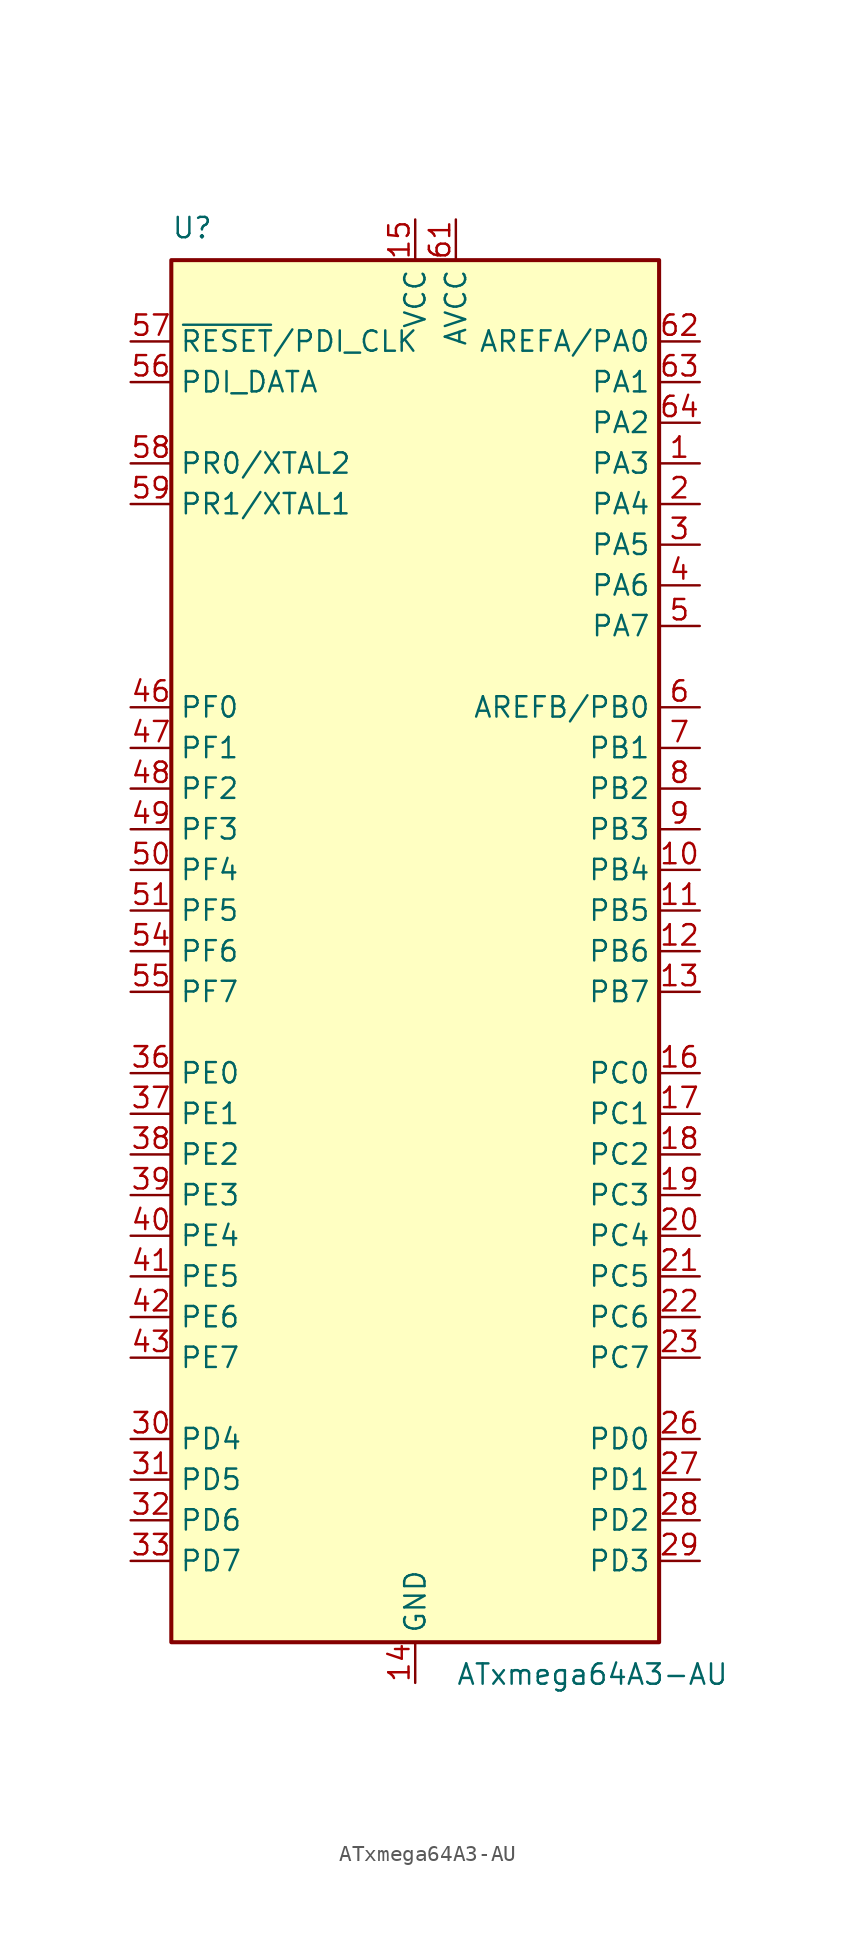
<source format=kicad_sym>
(kicad_symbol_lib
  (version 20211014)
  (generator kicad_symbol_editor)
  (symbol "ATxmega64A3-AU"
    (property "Reference" "U"
      (at -15.24 44.45 0)
      (effects (font (size 1.27 1.27)) (justify left bottom)))
    (property "Value" "ATxmega64A3-AU"
      (at 2.54 -44.45 0)
      (effects (font (size 1.27 1.27)) (justify left top)))
    (symbol "ATxmega64A3-AU_0_1"
      (rectangle (start -15.24 -43.18) (end 15.24 43.18) (stroke (width 0.254) (type default) (color 0 0 0 0)) (fill (type background))))
    (symbol "ATxmega64A3-AU_1_1"
      (pin bidirectional line (at 17.78 30.48 180) (length 2.54) (name "PA3" (effects (font (size 1.27 1.27)))) (number "1" (effects (font (size 1.27 1.27)))))
      (pin bidirectional line (at 17.78 5.08 180) (length 2.54) (name "PB4" (effects (font (size 1.27 1.27)))) (number "10" (effects (font (size 1.27 1.27)))))
      (pin bidirectional line (at 17.78 2.54 180) (length 2.54) (name "PB5" (effects (font (size 1.27 1.27)))) (number "11" (effects (font (size 1.27 1.27)))))
      (pin bidirectional line (at 17.78 0 180) (length 2.54) (name "PB6" (effects (font (size 1.27 1.27)))) (number "12" (effects (font (size 1.27 1.27)))))
      (pin bidirectional line (at 17.78 -2.54 180) (length 2.54) (name "PB7" (effects (font (size 1.27 1.27)))) (number "13" (effects (font (size 1.27 1.27)))))
      (pin power_in line (at 0 -45.72 90) (length 2.54) (name "GND" (effects (font (size 1.27 1.27)))) (number "14" (effects (font (size 1.27 1.27)))))
      (pin power_in line (at 0 45.72 270) (length 2.54) (name "VCC" (effects (font (size 1.27 1.27)))) (number "15" (effects (font (size 1.27 1.27)))))
      (pin bidirectional line (at 17.78 -7.62 180) (length 2.54) (name "PC0" (effects (font (size 1.27 1.27)))) (number "16" (effects (font (size 1.27 1.27)))))
      (pin bidirectional line (at 17.78 -10.16 180) (length 2.54) (name "PC1" (effects (font (size 1.27 1.27)))) (number "17" (effects (font (size 1.27 1.27)))))
      (pin bidirectional line (at 17.78 -12.7 180) (length 2.54) (name "PC2" (effects (font (size 1.27 1.27)))) (number "18" (effects (font (size 1.27 1.27)))))
      (pin bidirectional line (at 17.78 -15.24 180) (length 2.54) (name "PC3" (effects (font (size 1.27 1.27)))) (number "19" (effects (font (size 1.27 1.27)))))
      (pin bidirectional line (at 17.78 27.94 180) (length 2.54) (name "PA4" (effects (font (size 1.27 1.27)))) (number "2" (effects (font (size 1.27 1.27)))))
      (pin bidirectional line (at 17.78 -17.78 180) (length 2.54) (name "PC4" (effects (font (size 1.27 1.27)))) (number "20" (effects (font (size 1.27 1.27)))))
      (pin bidirectional line (at 17.78 -20.32 180) (length 2.54) (name "PC5" (effects (font (size 1.27 1.27)))) (number "21" (effects (font (size 1.27 1.27)))))
      (pin bidirectional line (at 17.78 -22.86 180) (length 2.54) (name "PC6" (effects (font (size 1.27 1.27)))) (number "22" (effects (font (size 1.27 1.27)))))
      (pin bidirectional line (at 17.78 -25.4 180) (length 2.54) (name "PC7" (effects (font (size 1.27 1.27)))) (number "23" (effects (font (size 1.27 1.27)))))
      (pin passive line (at 0 -45.72 90) (length 2.54) hide (name "GND" (effects (font (size 1.27 1.27)))) (number "24" (effects (font (size 1.27 1.27)))))
      (pin passive line (at 0 45.72 270) (length 2.54) hide (name "VCC" (effects (font (size 1.27 1.27)))) (number "25" (effects (font (size 1.27 1.27)))))
      (pin bidirectional line (at 17.78 -30.48 180) (length 2.54) (name "PD0" (effects (font (size 1.27 1.27)))) (number "26" (effects (font (size 1.27 1.27)))))
      (pin bidirectional line (at 17.78 -33.02 180) (length 2.54) (name "PD1" (effects (font (size 1.27 1.27)))) (number "27" (effects (font (size 1.27 1.27)))))
      (pin bidirectional line (at 17.78 -35.56 180) (length 2.54) (name "PD2" (effects (font (size 1.27 1.27)))) (number "28" (effects (font (size 1.27 1.27)))))
      (pin bidirectional line (at 17.78 -38.1 180) (length 2.54) (name "PD3" (effects (font (size 1.27 1.27)))) (number "29" (effects (font (size 1.27 1.27)))))
      (pin bidirectional line (at 17.78 25.4 180) (length 2.54) (name "PA5" (effects (font (size 1.27 1.27)))) (number "3" (effects (font (size 1.27 1.27)))))
      (pin bidirectional line (at -17.78 -30.48 0) (length 2.54) (name "PD4" (effects (font (size 1.27 1.27)))) (number "30" (effects (font (size 1.27 1.27)))))
      (pin bidirectional line (at -17.78 -33.02 0) (length 2.54) (name "PD5" (effects (font (size 1.27 1.27)))) (number "31" (effects (font (size 1.27 1.27)))))
      (pin bidirectional line (at -17.78 -35.56 0) (length 2.54) (name "PD6" (effects (font (size 1.27 1.27)))) (number "32" (effects (font (size 1.27 1.27)))))
      (pin bidirectional line (at -17.78 -38.1 0) (length 2.54) (name "PD7" (effects (font (size 1.27 1.27)))) (number "33" (effects (font (size 1.27 1.27)))))
      (pin passive line (at 0 -45.72 90) (length 2.54) hide (name "GND" (effects (font (size 1.27 1.27)))) (number "34" (effects (font (size 1.27 1.27)))))
      (pin passive line (at 0 45.72 270) (length 2.54) hide (name "VCC" (effects (font (size 1.27 1.27)))) (number "35" (effects (font (size 1.27 1.27)))))
      (pin bidirectional line (at -17.78 -7.62 0) (length 2.54) (name "PE0" (effects (font (size 1.27 1.27)))) (number "36" (effects (font (size 1.27 1.27)))))
      (pin bidirectional line (at -17.78 -10.16 0) (length 2.54) (name "PE1" (effects (font (size 1.27 1.27)))) (number "37" (effects (font (size 1.27 1.27)))))
      (pin bidirectional line (at -17.78 -12.7 0) (length 2.54) (name "PE2" (effects (font (size 1.27 1.27)))) (number "38" (effects (font (size 1.27 1.27)))))
      (pin bidirectional line (at -17.78 -15.24 0) (length 2.54) (name "PE3" (effects (font (size 1.27 1.27)))) (number "39" (effects (font (size 1.27 1.27)))))
      (pin bidirectional line (at 17.78 22.86 180) (length 2.54) (name "PA6" (effects (font (size 1.27 1.27)))) (number "4" (effects (font (size 1.27 1.27)))))
      (pin bidirectional line (at -17.78 -17.78 0) (length 2.54) (name "PE4" (effects (font (size 1.27 1.27)))) (number "40" (effects (font (size 1.27 1.27)))))
      (pin bidirectional line (at -17.78 -20.32 0) (length 2.54) (name "PE5" (effects (font (size 1.27 1.27)))) (number "41" (effects (font (size 1.27 1.27)))))
      (pin bidirectional line (at -17.78 -22.86 0) (length 2.54) (name "PE6" (effects (font (size 1.27 1.27)))) (number "42" (effects (font (size 1.27 1.27)))))
      (pin bidirectional line (at -17.78 -25.4 0) (length 2.54) (name "PE7" (effects (font (size 1.27 1.27)))) (number "43" (effects (font (size 1.27 1.27)))))
      (pin passive line (at 0 -45.72 90) (length 2.54) hide (name "GND" (effects (font (size 1.27 1.27)))) (number "44" (effects (font (size 1.27 1.27)))))
      (pin passive line (at 0 45.72 270) (length 2.54) hide (name "VCC" (effects (font (size 1.27 1.27)))) (number "45" (effects (font (size 1.27 1.27)))))
      (pin bidirectional line (at -17.78 15.24 0) (length 2.54) (name "PF0" (effects (font (size 1.27 1.27)))) (number "46" (effects (font (size 1.27 1.27)))))
      (pin bidirectional line (at -17.78 12.7 0) (length 2.54) (name "PF1" (effects (font (size 1.27 1.27)))) (number "47" (effects (font (size 1.27 1.27)))))
      (pin bidirectional line (at -17.78 10.16 0) (length 2.54) (name "PF2" (effects (font (size 1.27 1.27)))) (number "48" (effects (font (size 1.27 1.27)))))
      (pin bidirectional line (at -17.78 7.62 0) (length 2.54) (name "PF3" (effects (font (size 1.27 1.27)))) (number "49" (effects (font (size 1.27 1.27)))))
      (pin bidirectional line (at 17.78 20.32 180) (length 2.54) (name "PA7" (effects (font (size 1.27 1.27)))) (number "5" (effects (font (size 1.27 1.27)))))
      (pin bidirectional line (at -17.78 5.08 0) (length 2.54) (name "PF4" (effects (font (size 1.27 1.27)))) (number "50" (effects (font (size 1.27 1.27)))))
      (pin bidirectional line (at -17.78 2.54 0) (length 2.54) (name "PF5" (effects (font (size 1.27 1.27)))) (number "51" (effects (font (size 1.27 1.27)))))
      (pin passive line (at 0 -45.72 90) (length 2.54) hide (name "GND" (effects (font (size 1.27 1.27)))) (number "52" (effects (font (size 1.27 1.27)))))
      (pin passive line (at 0 45.72 270) (length 2.54) hide (name "VCC" (effects (font (size 1.27 1.27)))) (number "53" (effects (font (size 1.27 1.27)))))
      (pin bidirectional line (at -17.78 0 0) (length 2.54) (name "PF6" (effects (font (size 1.27 1.27)))) (number "54" (effects (font (size 1.27 1.27)))))
      (pin bidirectional line (at -17.78 -2.54 0) (length 2.54) (name "PF7" (effects (font (size 1.27 1.27)))) (number "55" (effects (font (size 1.27 1.27)))))
      (pin bidirectional line (at -17.78 35.56 0) (length 2.54) (name "PDI_DATA" (effects (font (size 1.27 1.27)))) (number "56" (effects (font (size 1.27 1.27)))))
      (pin input line (at -17.78 38.1 0) (length 2.54) (name "~{RESET}/PDI_CLK" (effects (font (size 1.27 1.27)))) (number "57" (effects (font (size 1.27 1.27)))))
      (pin bidirectional line (at -17.78 30.48 0) (length 2.54) (name "PR0/XTAL2" (effects (font (size 1.27 1.27)))) (number "58" (effects (font (size 1.27 1.27)))))
      (pin bidirectional line (at -17.78 27.94 0) (length 2.54) (name "PR1/XTAL1" (effects (font (size 1.27 1.27)))) (number "59" (effects (font (size 1.27 1.27)))))
      (pin bidirectional line (at 17.78 15.24 180) (length 2.54) (name "AREFB/PB0" (effects (font (size 1.27 1.27)))) (number "6" (effects (font (size 1.27 1.27)))))
      (pin passive line (at 0 -45.72 90) (length 2.54) hide (name "GND" (effects (font (size 1.27 1.27)))) (number "60" (effects (font (size 1.27 1.27)))))
      (pin power_in line (at 2.54 45.72 270) (length 2.54) (name "AVCC" (effects (font (size 1.27 1.27)))) (number "61" (effects (font (size 1.27 1.27)))))
      (pin bidirectional line (at 17.78 38.1 180) (length 2.54) (name "AREFA/PA0" (effects (font (size 1.27 1.27)))) (number "62" (effects (font (size 1.27 1.27)))))
      (pin bidirectional line (at 17.78 35.56 180) (length 2.54) (name "PA1" (effects (font (size 1.27 1.27)))) (number "63" (effects (font (size 1.27 1.27)))))
      (pin bidirectional line (at 17.78 33.02 180) (length 2.54) (name "PA2" (effects (font (size 1.27 1.27)))) (number "64" (effects (font (size 1.27 1.27)))))
      (pin bidirectional line (at 17.78 12.7 180) (length 2.54) (name "PB1" (effects (font (size 1.27 1.27)))) (number "7" (effects (font (size 1.27 1.27)))))
      (pin bidirectional line (at 17.78 10.16 180) (length 2.54) (name "PB2" (effects (font (size 1.27 1.27)))) (number "8" (effects (font (size 1.27 1.27)))))
      (pin bidirectional line (at 17.78 7.62 180) (length 2.54) (name "PB3" (effects (font (size 1.27 1.27)))) (number "9" (effects (font (size 1.27 1.27))))))))
</source>
